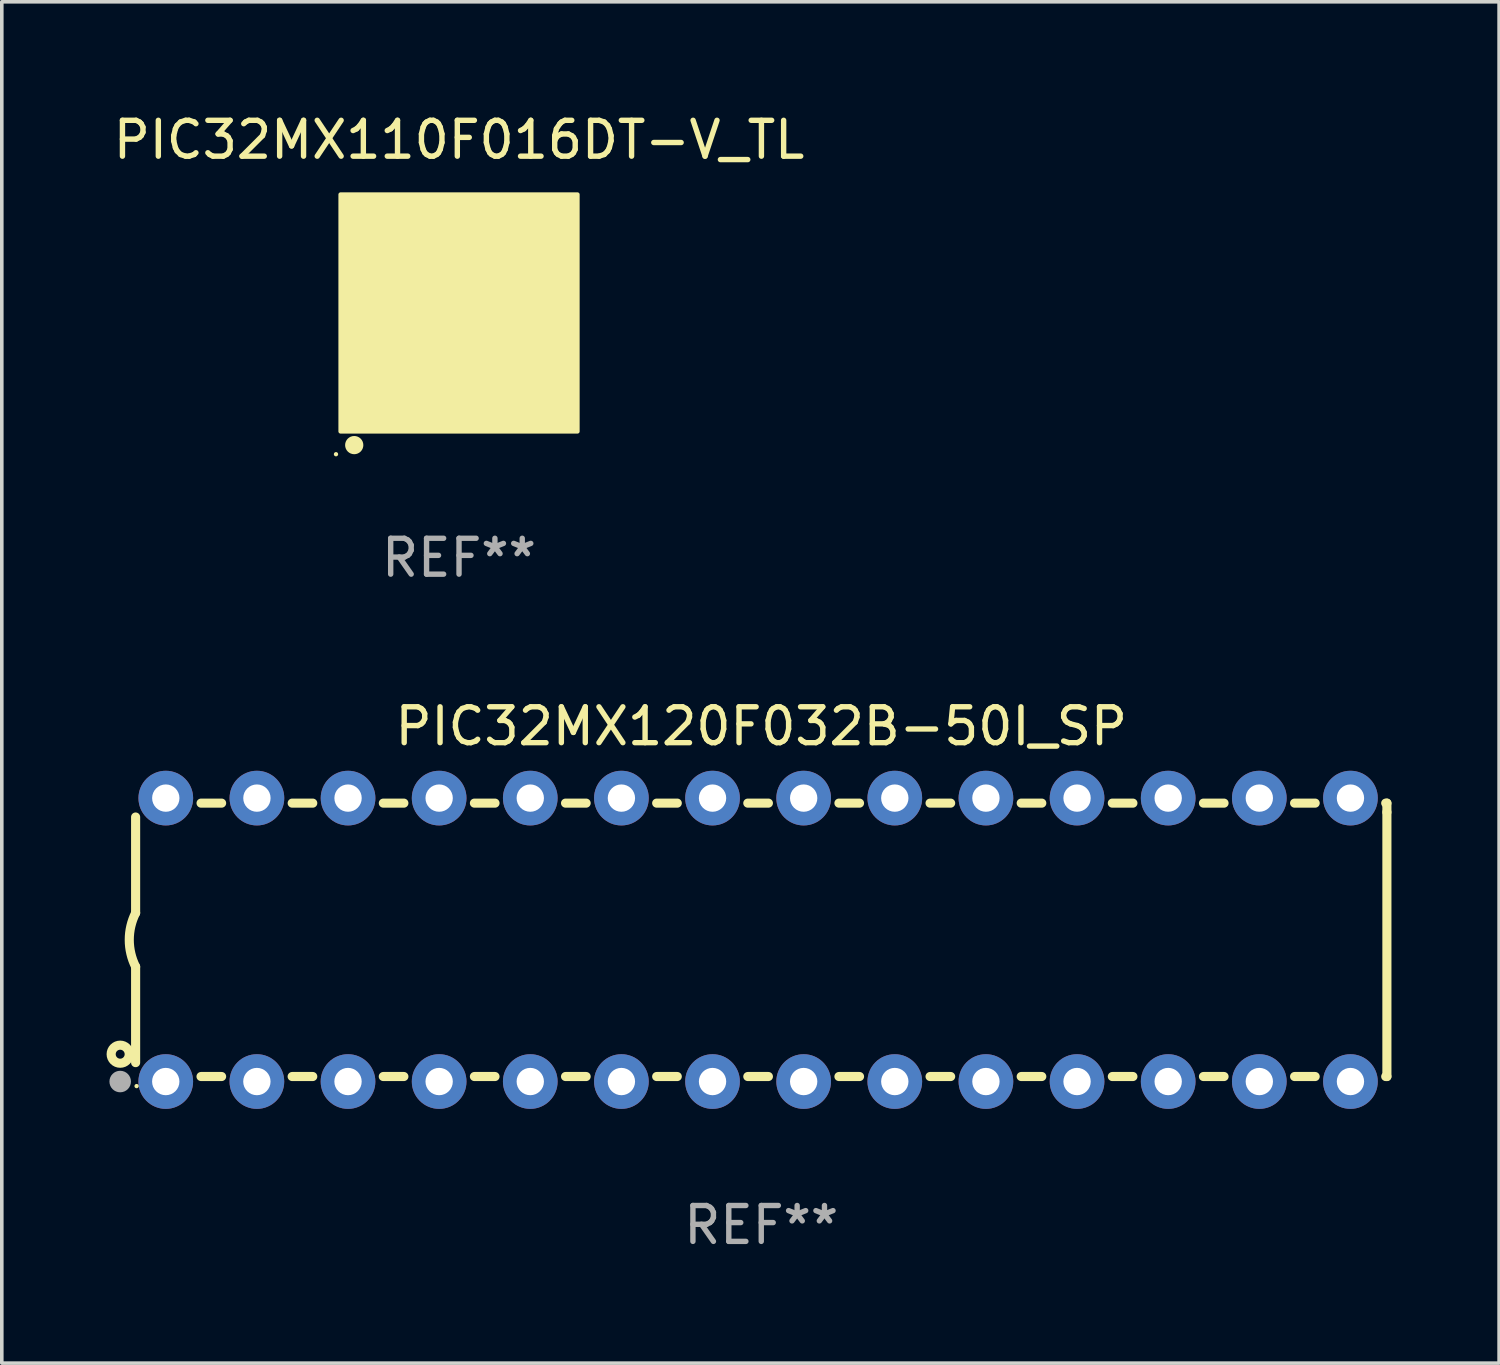
<source format=kicad_pcb>
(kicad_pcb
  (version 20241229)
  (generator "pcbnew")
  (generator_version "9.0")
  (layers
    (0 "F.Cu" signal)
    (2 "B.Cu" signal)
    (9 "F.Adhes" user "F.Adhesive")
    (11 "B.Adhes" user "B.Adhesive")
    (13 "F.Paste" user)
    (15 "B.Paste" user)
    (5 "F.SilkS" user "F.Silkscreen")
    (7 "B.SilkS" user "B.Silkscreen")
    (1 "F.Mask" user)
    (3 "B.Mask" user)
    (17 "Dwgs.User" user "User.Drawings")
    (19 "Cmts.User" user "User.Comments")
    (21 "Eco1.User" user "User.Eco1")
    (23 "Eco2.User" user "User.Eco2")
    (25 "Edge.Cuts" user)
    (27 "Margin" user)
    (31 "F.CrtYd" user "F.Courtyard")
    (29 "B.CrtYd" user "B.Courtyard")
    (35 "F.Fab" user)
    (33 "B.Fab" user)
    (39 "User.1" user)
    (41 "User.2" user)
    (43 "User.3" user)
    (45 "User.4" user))
  (footprint "PIC32MX120F032B-50I_SP"
    (layer "F.Cu")
    (at 18.168 23.145)
    (property "Reference" "PIC32MX120F032B-50I_SP" (at 0 -5.95 0) (layer "F.SilkS") (effects (font (size 1 1) (thickness 0.15))))
    (attr through_hole)
    (fp_line (start -17.438 0.75) (end -17.438 3.423) (stroke (width 0.254) (type solid)) (layer "F.SilkS"))
    (fp_line (start -17.438 -3.423) (end -17.438 -0.75) (stroke (width 0.254) (type solid)) (layer "F.SilkS"))
    (fp_line (start -15.615 3.81) (end -15.041 3.81) (stroke (width 0.254) (type solid)) (layer "F.SilkS"))
    (fp_line (start -15.041 -3.81) (end -15.614 -3.81) (stroke (width 0.254) (type solid)) (layer "F.SilkS"))
    (fp_line (start -13.075 3.81) (end -12.501 3.81) (stroke (width 0.254) (type solid)) (layer "F.SilkS"))
    (fp_line (start -12.501 -3.81) (end -13.074 -3.81) (stroke (width 0.254) (type solid)) (layer "F.SilkS"))
    (fp_line (start -10.535 3.81) (end -9.961 3.81) (stroke (width 0.254) (type solid)) (layer "F.SilkS"))
    (fp_line (start -9.961 -3.81) (end -10.534 -3.81) (stroke (width 0.254) (type solid)) (layer "F.SilkS"))
    (fp_line (start -7.995 3.81) (end -7.421 3.81) (stroke (width 0.254) (type solid)) (layer "F.SilkS"))
    (fp_line (start -7.421 -3.81) (end -7.995 -3.81) (stroke (width 0.254) (type solid)) (layer "F.SilkS"))
    (fp_line (start -5.455 3.81) (end -4.881 3.81) (stroke (width 0.254) (type solid)) (layer "F.SilkS"))
    (fp_line (start -4.881 -3.81) (end -5.455 -3.81) (stroke (width 0.254) (type solid)) (layer "F.SilkS"))
    (fp_line (start -2.915 3.81) (end -2.341 3.81) (stroke (width 0.254) (type solid)) (layer "F.SilkS"))
    (fp_line (start -2.341 -3.81) (end -2.915 -3.81) (stroke (width 0.254) (type solid)) (layer "F.SilkS"))
    (fp_line (start -0.375 3.81) (end 0.199 3.81) (stroke (width 0.254) (type solid)) (layer "F.SilkS"))
    (fp_line (start 0.199 -3.81) (end -0.375 -3.81) (stroke (width 0.254) (type solid)) (layer "F.SilkS"))
    (fp_line (start 2.165 3.81) (end 2.739 3.81) (stroke (width 0.254) (type solid)) (layer "F.SilkS"))
    (fp_line (start 2.739 -3.81) (end 2.165 -3.81) (stroke (width 0.254) (type solid)) (layer "F.SilkS"))
    (fp_line (start 4.705 3.81) (end 5.279 3.81) (stroke (width 0.254) (type solid)) (layer "F.SilkS"))
    (fp_line (start 5.279 -3.81) (end 4.705 -3.81) (stroke (width 0.254) (type solid)) (layer "F.SilkS"))
    (fp_line (start 7.245 3.81) (end 7.819 3.81) (stroke (width 0.254) (type solid)) (layer "F.SilkS"))
    (fp_line (start 7.819 -3.81) (end 7.245 -3.81) (stroke (width 0.254) (type solid)) (layer "F.SilkS"))
    (fp_line (start 9.785 3.81) (end 10.359 3.81) (stroke (width 0.254) (type solid)) (layer "F.SilkS"))
    (fp_line (start 10.359 -3.81) (end 9.785 -3.81) (stroke (width 0.254) (type solid)) (layer "F.SilkS"))
    (fp_line (start 12.325 3.81) (end 12.899 3.81) (stroke (width 0.254) (type solid)) (layer "F.SilkS"))
    (fp_line (start 12.899 -3.81) (end 12.325 -3.81) (stroke (width 0.254) (type solid)) (layer "F.SilkS"))
    (fp_line (start 14.865 3.81) (end 15.439 3.81) (stroke (width 0.254) (type solid)) (layer "F.SilkS"))
    (fp_line (start 15.439 -3.81) (end 14.865 -3.81) (stroke (width 0.254) (type solid)) (layer "F.SilkS"))
    (fp_line (start 17.405 3.81) (end 17.438 3.81) (stroke (width 0.254) (type solid)) (layer "F.SilkS"))
    (fp_line (start 17.438 -3.81) (end 17.405 -3.81) (stroke (width 0.254) (type solid)) (layer "F.SilkS"))
    (fp_line (start 17.438 -3.556) (end 17.438 -3.81) (stroke (width 0.254) (type solid)) (layer "F.SilkS"))
    (fp_line (start 17.438 3.81) (end 17.438 -3.556) (stroke (width 0.254) (type solid)) (layer "F.SilkS"))
    (fp_arc (start -17.437986 0.749657) (mid -17.614887 -0.000024) (end -17.437783 -0.749657) (stroke (width 0.254001) (type solid)) (layer "F.SilkS"))
    (fp_circle (center -17.868 3.188) (end -17.743 3.188) (stroke (width 0.254) (type solid)) (fill no) (layer "F.SilkS"))
    (fp_circle (center -17.411 4.077) (end -17.381 4.077) (stroke (width 0.06) (type solid)) (fill no) (layer "F.SilkS"))
    (fp_circle (center -17.868 3.95) (end -17.718 3.95) (stroke (width 0.3) (type solid)) (fill no) (layer "F.Fab"))
    (fp_text user "REF**" (at 0 7.95 0) (layer "F.Fab") (effects (font (size 1 1) (thickness 0.15))))
    (pad "1" thru_hole circle (at -16.598 3.95) (size 1.524 1.524) (drill 0.762) (layers "*.Cu" "*.Mask"))
    (pad "2" thru_hole circle (at -14.058 3.95) (size 1.524 1.524) (drill 0.762) (layers "*.Cu" "*.Mask"))
    (pad "3" thru_hole circle (at -11.518 3.95) (size 1.524 1.524) (drill 0.762) (layers "*.Cu" "*.Mask"))
    (pad "4" thru_hole circle (at -8.978 3.95) (size 1.524 1.524) (drill 0.762) (layers "*.Cu" "*.Mask"))
    (pad "5" thru_hole circle (at -6.438 3.95) (size 1.524 1.524) (drill 0.762) (layers "*.Cu" "*.Mask"))
    (pad "6" thru_hole circle (at -3.898 3.95) (size 1.524 1.524) (drill 0.762) (layers "*.Cu" "*.Mask"))
    (pad "7" thru_hole circle (at -1.358 3.95) (size 1.524 1.524) (drill 0.762) (layers "*.Cu" "*.Mask"))
    (pad "8" thru_hole circle (at 1.182 3.95) (size 1.524 1.524) (drill 0.762) (layers "*.Cu" "*.Mask"))
    (pad "9" thru_hole circle (at 3.722 3.95) (size 1.524 1.524) (drill 0.762) (layers "*.Cu" "*.Mask"))
    (pad "10" thru_hole circle (at 6.262 3.95) (size 1.524 1.524) (drill 0.762) (layers "*.Cu" "*.Mask"))
    (pad "11" thru_hole circle (at 8.802 3.95) (size 1.524 1.524) (drill 0.762) (layers "*.Cu" "*.Mask"))
    (pad "12" thru_hole circle (at 11.342 3.95) (size 1.524 1.524) (drill 0.762) (layers "*.Cu" "*.Mask"))
    (pad "13" thru_hole circle (at 13.882 3.95) (size 1.524 1.524) (drill 0.762) (layers "*.Cu" "*.Mask"))
    (pad "14" thru_hole circle (at 16.422 3.95) (size 1.524 1.524) (drill 0.762) (layers "*.Cu" "*.Mask"))
    (pad "15" thru_hole circle (at 16.422 -3.95) (size 1.524 1.524) (drill 0.762) (layers "*.Cu" "*.Mask"))
    (pad "16" thru_hole circle (at 13.882 -3.95) (size 1.524 1.524) (drill 0.762) (layers "*.Cu" "*.Mask"))
    (pad "17" thru_hole circle (at 11.342 -3.95) (size 1.524 1.524) (drill 0.762) (layers "*.Cu" "*.Mask"))
    (pad "18" thru_hole circle (at 8.802 -3.95) (size 1.524 1.524) (drill 0.762) (layers "*.Cu" "*.Mask"))
    (pad "19" thru_hole circle (at 6.262 -3.95) (size 1.524 1.524) (drill 0.762) (layers "*.Cu" "*.Mask"))
    (pad "20" thru_hole circle (at 3.722 -3.95) (size 1.524 1.524) (drill 0.762) (layers "*.Cu" "*.Mask"))
    (pad "21" thru_hole circle (at 1.182 -3.95) (size 1.524 1.524) (drill 0.762) (layers "*.Cu" "*.Mask"))
    (pad "22" thru_hole circle (at -1.358 -3.95) (size 1.524 1.524) (drill 0.762) (layers "*.Cu" "*.Mask"))
    (pad "23" thru_hole circle (at -3.898 -3.95) (size 1.524 1.524) (drill 0.762) (layers "*.Cu" "*.Mask"))
    (pad "24" thru_hole circle (at -6.438 -3.95) (size 1.524 1.524) (drill 0.762) (layers "*.Cu" "*.Mask"))
    (pad "25" thru_hole circle (at -8.978 -3.95) (size 1.524 1.524) (drill 0.762) (layers "*.Cu" "*.Mask"))
    (pad "26" thru_hole circle (at -11.517 -3.95) (size 1.524 1.524) (drill 0.762) (layers "*.Cu" "*.Mask"))
    (pad "27" thru_hole circle (at -14.057 -3.95) (size 1.524 1.524) (drill 0.762) (layers "*.Cu" "*.Mask"))
    (pad "28" thru_hole circle (at -16.597 -3.95) (size 1.524 1.524) (drill 0.762) (layers "*.Cu" "*.Mask")))
  (footprint "PIC32MX110F016DT-V_TL"
    (layer "F.Cu")
    (at 9.744 5.673)
    (property "Reference" "PIC32MX110F016DT-V_TL" (at 0 -4.825 0) (layer "F.SilkS") (effects (font (size 1 1) (thickness 0.15))))
    (attr through_hole)
    (fp_circle (center -3.429 3.937) (end -3.399 3.937) (stroke (width 0.06) (type solid)) (fill no) (layer "F.SilkS"))
    (fp_circle (center -2.921 3.683) (end -2.794 3.683) (stroke (width 0.254) (type solid)) (fill no) (layer "F.SilkS"))
    (fp_poly (pts (xy -3.302 -3.302) (xy 3.302 -3.302) (xy 3.302 3.302) (xy -3.302 3.302)) (stroke (width 0.12) (type solid)) (fill yes) (layer "F.SilkS"))
    (fp_text user "REF**" (at 0 6.825 0) (layer "F.Fab") (effects (font (size 1 1) (thickness 0.15))))
    (pad "1" smd rect (at -2.25 2.825) (size 0.3 0.45) (layers "F.Cu" "F.Mask" "F.Paste"))
    (pad "2" smd rect (at -1.75 2.825) (size 0.3 0.45) (layers "F.Cu" "F.Mask" "F.Paste"))
    (pad "3" smd rect (at -1.25 2.825) (size 0.3 0.45) (layers "F.Cu" "F.Mask" "F.Paste"))
    (pad "4" smd rect (at -0.75 2.825) (size 0.3 0.45) (layers "F.Cu" "F.Mask" "F.Paste"))
    (pad "5" smd rect (at -0.25 2.825) (size 0.3 0.45) (layers "F.Cu" "F.Mask" "F.Paste"))
    (pad "6" smd rect (at 0.25 2.825) (size 0.3 0.45) (layers "F.Cu" "F.Mask" "F.Paste"))
    (pad "7" smd rect (at 0.75 2.825) (size 0.3 0.45) (layers "F.Cu" "F.Mask" "F.Paste"))
    (pad "8" smd rect (at 1.25 2.825) (size 0.3 0.45) (layers "F.Cu" "F.Mask" "F.Paste"))
    (pad "9" smd rect (at 1.75 2.825) (size 0.3 0.45) (layers "F.Cu" "F.Mask" "F.Paste"))
    (pad "10" smd rect (at 2.25 2.825) (size 0.3 0.45) (layers "F.Cu" "F.Mask" "F.Paste"))
    (pad "11" smd rect (at 2.825 2.825 90) (size 0.45 0.45) (layers "F.Cu" "F.Mask" "F.Paste"))
    (pad "12" smd rect (at 2.825 2.25 90) (size 0.3 0.45) (layers "F.Cu" "F.Mask" "F.Paste"))
    (pad "13" smd rect (at 2.825 1.75 90) (size 0.3 0.45) (layers "F.Cu" "F.Mask" "F.Paste"))
    (pad "14" smd rect (at 2.825 1.25 90) (size 0.3 0.45) (layers "F.Cu" "F.Mask" "F.Paste"))
    (pad "15" smd rect (at 2.825 0.75 90) (size 0.3 0.45) (layers "F.Cu" "F.Mask" "F.Paste"))
    (pad "16" smd rect (at 2.825 0.25 90) (size 0.3 0.45) (layers "F.Cu" "F.Mask" "F.Paste"))
    (pad "17" smd rect (at 2.825 -0.25 90) (size 0.3 0.45) (layers "F.Cu" "F.Mask" "F.Paste"))
    (pad "18" smd rect (at 2.825 -0.75 90) (size 0.3 0.45) (layers "F.Cu" "F.Mask" "F.Paste"))
    (pad "19" smd rect (at 2.825 -1.25 90) (size 0.3 0.45) (layers "F.Cu" "F.Mask" "F.Paste"))
    (pad "20" smd rect (at 2.825 -1.75 90) (size 0.3 0.45) (layers "F.Cu" "F.Mask" "F.Paste"))
    (pad "21" smd rect (at 2.825 -2.25 90) (size 0.3 0.45) (layers "F.Cu" "F.Mask" "F.Paste"))
    (pad "22" smd rect (at 2.825 -2.825 90) (size 0.45 0.45) (layers "F.Cu" "F.Mask" "F.Paste"))
    (pad "23" smd rect (at 2.25 -2.825) (size 0.3 0.45) (layers "F.Cu" "F.Mask" "F.Paste"))
    (pad "24" smd rect (at 1.75 -2.825) (size 0.3 0.45) (layers "F.Cu" "F.Mask" "F.Paste"))
    (pad "25" smd rect (at 1.25 -2.825) (size 0.3 0.45) (layers "F.Cu" "F.Mask" "F.Paste"))
    (pad "26" smd rect (at 0.75 -2.825) (size 0.3 0.45) (layers "F.Cu" "F.Mask" "F.Paste"))
    (pad "27" smd rect (at 0.25 -2.825) (size 0.3 0.45) (layers "F.Cu" "F.Mask" "F.Paste"))
    (pad "28" smd rect (at -0.25 -2.825) (size 0.3 0.45) (layers "F.Cu" "F.Mask" "F.Paste"))
    (pad "29" smd rect (at -0.75 -2.825) (size 0.3 0.45) (layers "F.Cu" "F.Mask" "F.Paste"))
    (pad "30" smd rect (at -1.25 -2.825) (size 0.3 0.45) (layers "F.Cu" "F.Mask" "F.Paste"))
    (pad "31" smd rect (at -1.75 -2.825) (size 0.3 0.45) (layers "F.Cu" "F.Mask" "F.Paste"))
    (pad "32" smd rect (at -2.25 -2.825) (size 0.3 0.45) (layers "F.Cu" "F.Mask" "F.Paste"))
    (pad "33" smd rect (at -2.825 -2.825 90) (size 0.45 0.45) (layers "F.Cu" "F.Mask" "F.Paste"))
    (pad "34" smd rect (at -2.825 -2.25 90) (size 0.3 0.45) (layers "F.Cu" "F.Mask" "F.Paste"))
    (pad "35" smd rect (at -2.825 -1.75 90) (size 0.3 0.45) (layers "F.Cu" "F.Mask" "F.Paste"))
    (pad "36" smd rect (at -2.825 -1.25 90) (size 0.3 0.45) (layers "F.Cu" "F.Mask" "F.Paste"))
    (pad "37" smd rect (at -2.825 -0.75 90) (size 0.3 0.45) (layers "F.Cu" "F.Mask" "F.Paste"))
    (pad "38" smd rect (at -2.825 -0.25 90) (size 0.3 0.45) (layers "F.Cu" "F.Mask" "F.Paste"))
    (pad "39" smd rect (at -2.825 0.25 90) (size 0.3 0.45) (layers "F.Cu" "F.Mask" "F.Paste"))
    (pad "40" smd rect (at -2.825 0.75 90) (size 0.3 0.45) (layers "F.Cu" "F.Mask" "F.Paste"))
    (pad "41" smd rect (at -2.825 1.25 90) (size 0.3 0.45) (layers "F.Cu" "F.Mask" "F.Paste"))
    (pad "42" smd rect (at -2.825 1.75 90) (size 0.3 0.45) (layers "F.Cu" "F.Mask" "F.Paste"))
    (pad "43" smd rect (at -2.825 2.25 90) (size 0.3 0.45) (layers "F.Cu" "F.Mask" "F.Paste"))
    (pad "44" smd rect (at -2.825 2.825 90) (size 0.45 0.45) (layers "F.Cu" "F.Mask" "F.Paste"))
    (pad "45" smd rect (at 0 0 90) (size 4.6 4.6) (layers "F.Cu" "F.Mask" "F.Paste")))
  (gr_rect
    (start -3 -3)
    (end 38.733 34.943)
    (stroke (width 0.1) (type default))
    (fill no)
    (layer "Edge.Cuts")))
</source>
